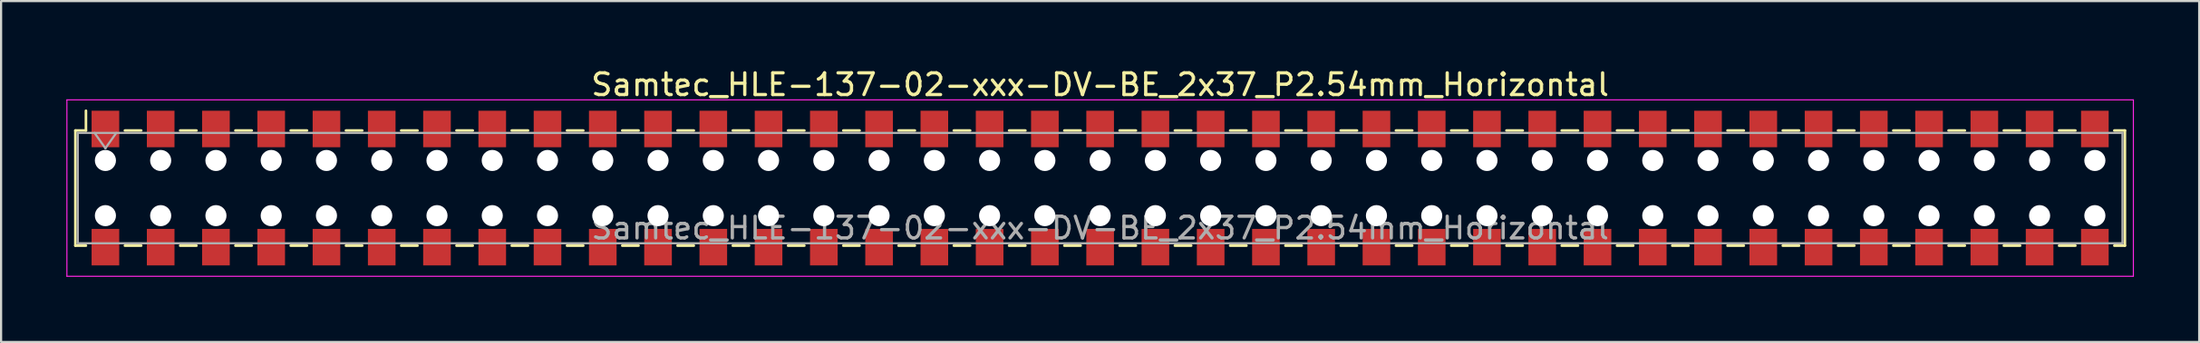
<source format=kicad_pcb>
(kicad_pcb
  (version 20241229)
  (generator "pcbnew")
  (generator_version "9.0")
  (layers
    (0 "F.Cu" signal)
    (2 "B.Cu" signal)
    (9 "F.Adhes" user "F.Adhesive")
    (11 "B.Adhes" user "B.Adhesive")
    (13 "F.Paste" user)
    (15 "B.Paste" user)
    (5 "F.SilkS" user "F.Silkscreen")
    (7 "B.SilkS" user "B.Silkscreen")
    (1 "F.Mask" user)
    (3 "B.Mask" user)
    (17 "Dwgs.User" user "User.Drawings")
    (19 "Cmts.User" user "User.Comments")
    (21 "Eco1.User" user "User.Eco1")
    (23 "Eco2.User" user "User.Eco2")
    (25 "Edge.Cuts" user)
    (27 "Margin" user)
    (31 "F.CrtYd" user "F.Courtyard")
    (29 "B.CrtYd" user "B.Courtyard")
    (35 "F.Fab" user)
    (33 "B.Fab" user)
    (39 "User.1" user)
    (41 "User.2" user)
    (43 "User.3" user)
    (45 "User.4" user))
  (footprint "Samtec_HLE-137-02-xxx-DV-BE_2x37_P2.54mm_Horizontal"
    (layer "F.Cu")
    (at 47.515 5.608)
    (property "Reference" "Samtec_HLE-137-02-xxx-DV-BE_2x37_P2.54mm_Horizontal" (at 0 -4.76 0) (layer "F.SilkS") (effects (font (size 1 1) (thickness 0.15))))
    (attr smd)
    (fp_line (start -47.1 -2.65) (end -47.1 2.65) (stroke (width 0.12) (type solid)) (layer "F.SilkS"))
    (fp_line (start -47.1 2.65) (end -46.615 2.65) (stroke (width 0.12) (type solid)) (layer "F.SilkS"))
    (fp_line (start -46.615 -3.56) (end -46.615 -2.65) (stroke (width 0.12) (type solid)) (layer "F.SilkS"))
    (fp_line (start -46.615 -2.65) (end -47.1 -2.65) (stroke (width 0.12) (type solid)) (layer "F.SilkS"))
    (fp_line (start -44.825 -2.65) (end -44.075 -2.65) (stroke (width 0.12) (type solid)) (layer "F.SilkS"))
    (fp_line (start -44.825 2.65) (end -44.075 2.65) (stroke (width 0.12) (type solid)) (layer "F.SilkS"))
    (fp_line (start -42.285 -2.65) (end -41.535 -2.65) (stroke (width 0.12) (type solid)) (layer "F.SilkS"))
    (fp_line (start -42.285 2.65) (end -41.535 2.65) (stroke (width 0.12) (type solid)) (layer "F.SilkS"))
    (fp_line (start -39.745 -2.65) (end -38.995 -2.65) (stroke (width 0.12) (type solid)) (layer "F.SilkS"))
    (fp_line (start -39.745 2.65) (end -38.995 2.65) (stroke (width 0.12) (type solid)) (layer "F.SilkS"))
    (fp_line (start -37.205 -2.65) (end -36.455 -2.65) (stroke (width 0.12) (type solid)) (layer "F.SilkS"))
    (fp_line (start -37.205 2.65) (end -36.455 2.65) (stroke (width 0.12) (type solid)) (layer "F.SilkS"))
    (fp_line (start -34.665 -2.65) (end -33.915 -2.65) (stroke (width 0.12) (type solid)) (layer "F.SilkS"))
    (fp_line (start -34.665 2.65) (end -33.915 2.65) (stroke (width 0.12) (type solid)) (layer "F.SilkS"))
    (fp_line (start -32.125 -2.65) (end -31.375 -2.65) (stroke (width 0.12) (type solid)) (layer "F.SilkS"))
    (fp_line (start -32.125 2.65) (end -31.375 2.65) (stroke (width 0.12) (type solid)) (layer "F.SilkS"))
    (fp_line (start -29.585 -2.65) (end -28.835 -2.65) (stroke (width 0.12) (type solid)) (layer "F.SilkS"))
    (fp_line (start -29.585 2.65) (end -28.835 2.65) (stroke (width 0.12) (type solid)) (layer "F.SilkS"))
    (fp_line (start -27.045 -2.65) (end -26.295 -2.65) (stroke (width 0.12) (type solid)) (layer "F.SilkS"))
    (fp_line (start -27.045 2.65) (end -26.295 2.65) (stroke (width 0.12) (type solid)) (layer "F.SilkS"))
    (fp_line (start -24.505 -2.65) (end -23.755 -2.65) (stroke (width 0.12) (type solid)) (layer "F.SilkS"))
    (fp_line (start -24.505 2.65) (end -23.755 2.65) (stroke (width 0.12) (type solid)) (layer "F.SilkS"))
    (fp_line (start -21.965 -2.65) (end -21.215 -2.65) (stroke (width 0.12) (type solid)) (layer "F.SilkS"))
    (fp_line (start -21.965 2.65) (end -21.215 2.65) (stroke (width 0.12) (type solid)) (layer "F.SilkS"))
    (fp_line (start -19.425 -2.65) (end -18.675 -2.65) (stroke (width 0.12) (type solid)) (layer "F.SilkS"))
    (fp_line (start -19.425 2.65) (end -18.675 2.65) (stroke (width 0.12) (type solid)) (layer "F.SilkS"))
    (fp_line (start -16.885 -2.65) (end -16.135 -2.65) (stroke (width 0.12) (type solid)) (layer "F.SilkS"))
    (fp_line (start -16.885 2.65) (end -16.135 2.65) (stroke (width 0.12) (type solid)) (layer "F.SilkS"))
    (fp_line (start -14.345 -2.65) (end -13.595 -2.65) (stroke (width 0.12) (type solid)) (layer "F.SilkS"))
    (fp_line (start -14.345 2.65) (end -13.595 2.65) (stroke (width 0.12) (type solid)) (layer "F.SilkS"))
    (fp_line (start -11.805 -2.65) (end -11.055 -2.65) (stroke (width 0.12) (type solid)) (layer "F.SilkS"))
    (fp_line (start -11.805 2.65) (end -11.055 2.65) (stroke (width 0.12) (type solid)) (layer "F.SilkS"))
    (fp_line (start -9.265 -2.65) (end -8.515 -2.65) (stroke (width 0.12) (type solid)) (layer "F.SilkS"))
    (fp_line (start -9.265 2.65) (end -8.515 2.65) (stroke (width 0.12) (type solid)) (layer "F.SilkS"))
    (fp_line (start -6.725 -2.65) (end -5.975 -2.65) (stroke (width 0.12) (type solid)) (layer "F.SilkS"))
    (fp_line (start -6.725 2.65) (end -5.975 2.65) (stroke (width 0.12) (type solid)) (layer "F.SilkS"))
    (fp_line (start -4.185 -2.65) (end -3.435 -2.65) (stroke (width 0.12) (type solid)) (layer "F.SilkS"))
    (fp_line (start -4.185 2.65) (end -3.435 2.65) (stroke (width 0.12) (type solid)) (layer "F.SilkS"))
    (fp_line (start -1.645 -2.65) (end -0.895 -2.65) (stroke (width 0.12) (type solid)) (layer "F.SilkS"))
    (fp_line (start -1.645 2.65) (end -0.895 2.65) (stroke (width 0.12) (type solid)) (layer "F.SilkS"))
    (fp_line (start 0.895 -2.65) (end 1.645 -2.65) (stroke (width 0.12) (type solid)) (layer "F.SilkS"))
    (fp_line (start 0.895 2.65) (end 1.645 2.65) (stroke (width 0.12) (type solid)) (layer "F.SilkS"))
    (fp_line (start 3.435 -2.65) (end 4.185 -2.65) (stroke (width 0.12) (type solid)) (layer "F.SilkS"))
    (fp_line (start 3.435 2.65) (end 4.185 2.65) (stroke (width 0.12) (type solid)) (layer "F.SilkS"))
    (fp_line (start 5.975 -2.65) (end 6.725 -2.65) (stroke (width 0.12) (type solid)) (layer "F.SilkS"))
    (fp_line (start 5.975 2.65) (end 6.725 2.65) (stroke (width 0.12) (type solid)) (layer "F.SilkS"))
    (fp_line (start 8.515 -2.65) (end 9.265 -2.65) (stroke (width 0.12) (type solid)) (layer "F.SilkS"))
    (fp_line (start 8.515 2.65) (end 9.265 2.65) (stroke (width 0.12) (type solid)) (layer "F.SilkS"))
    (fp_line (start 11.055 -2.65) (end 11.805 -2.65) (stroke (width 0.12) (type solid)) (layer "F.SilkS"))
    (fp_line (start 11.055 2.65) (end 11.805 2.65) (stroke (width 0.12) (type solid)) (layer "F.SilkS"))
    (fp_line (start 13.595 -2.65) (end 14.345 -2.65) (stroke (width 0.12) (type solid)) (layer "F.SilkS"))
    (fp_line (start 13.595 2.65) (end 14.345 2.65) (stroke (width 0.12) (type solid)) (layer "F.SilkS"))
    (fp_line (start 16.135 -2.65) (end 16.885 -2.65) (stroke (width 0.12) (type solid)) (layer "F.SilkS"))
    (fp_line (start 16.135 2.65) (end 16.885 2.65) (stroke (width 0.12) (type solid)) (layer "F.SilkS"))
    (fp_line (start 18.675 -2.65) (end 19.425 -2.65) (stroke (width 0.12) (type solid)) (layer "F.SilkS"))
    (fp_line (start 18.675 2.65) (end 19.425 2.65) (stroke (width 0.12) (type solid)) (layer "F.SilkS"))
    (fp_line (start 21.215 -2.65) (end 21.965 -2.65) (stroke (width 0.12) (type solid)) (layer "F.SilkS"))
    (fp_line (start 21.215 2.65) (end 21.965 2.65) (stroke (width 0.12) (type solid)) (layer "F.SilkS"))
    (fp_line (start 23.755 -2.65) (end 24.505 -2.65) (stroke (width 0.12) (type solid)) (layer "F.SilkS"))
    (fp_line (start 23.755 2.65) (end 24.505 2.65) (stroke (width 0.12) (type solid)) (layer "F.SilkS"))
    (fp_line (start 26.295 -2.65) (end 27.045 -2.65) (stroke (width 0.12) (type solid)) (layer "F.SilkS"))
    (fp_line (start 26.295 2.65) (end 27.045 2.65) (stroke (width 0.12) (type solid)) (layer "F.SilkS"))
    (fp_line (start 28.835 -2.65) (end 29.585 -2.65) (stroke (width 0.12) (type solid)) (layer "F.SilkS"))
    (fp_line (start 28.835 2.65) (end 29.585 2.65) (stroke (width 0.12) (type solid)) (layer "F.SilkS"))
    (fp_line (start 31.375 -2.65) (end 32.125 -2.65) (stroke (width 0.12) (type solid)) (layer "F.SilkS"))
    (fp_line (start 31.375 2.65) (end 32.125 2.65) (stroke (width 0.12) (type solid)) (layer "F.SilkS"))
    (fp_line (start 33.915 -2.65) (end 34.665 -2.65) (stroke (width 0.12) (type solid)) (layer "F.SilkS"))
    (fp_line (start 33.915 2.65) (end 34.665 2.65) (stroke (width 0.12) (type solid)) (layer "F.SilkS"))
    (fp_line (start 36.455 -2.65) (end 37.205 -2.65) (stroke (width 0.12) (type solid)) (layer "F.SilkS"))
    (fp_line (start 36.455 2.65) (end 37.205 2.65) (stroke (width 0.12) (type solid)) (layer "F.SilkS"))
    (fp_line (start 38.995 -2.65) (end 39.745 -2.65) (stroke (width 0.12) (type solid)) (layer "F.SilkS"))
    (fp_line (start 38.995 2.65) (end 39.745 2.65) (stroke (width 0.12) (type solid)) (layer "F.SilkS"))
    (fp_line (start 41.535 -2.65) (end 42.285 -2.65) (stroke (width 0.12) (type solid)) (layer "F.SilkS"))
    (fp_line (start 41.535 2.65) (end 42.285 2.65) (stroke (width 0.12) (type solid)) (layer "F.SilkS"))
    (fp_line (start 44.075 -2.65) (end 44.825 -2.65) (stroke (width 0.12) (type solid)) (layer "F.SilkS"))
    (fp_line (start 44.075 2.65) (end 44.825 2.65) (stroke (width 0.12) (type solid)) (layer "F.SilkS"))
    (fp_line (start 46.615 -2.65) (end 47.1 -2.65) (stroke (width 0.12) (type solid)) (layer "F.SilkS"))
    (fp_line (start 47.1 -2.65) (end 47.1 2.65) (stroke (width 0.12) (type solid)) (layer "F.SilkS"))
    (fp_line (start 47.1 2.65) (end 46.615 2.65) (stroke (width 0.12) (type solid)) (layer "F.SilkS"))
    (fp_line (start -47.49 -4.06) (end 47.49 -4.06) (stroke (width 0.05) (type solid)) (layer "F.CrtYd"))
    (fp_line (start -47.49 4.06) (end -47.49 -4.06) (stroke (width 0.05) (type solid)) (layer "F.CrtYd"))
    (fp_line (start 47.49 -4.06) (end 47.49 4.06) (stroke (width 0.05) (type solid)) (layer "F.CrtYd"))
    (fp_line (start 47.49 4.06) (end -47.49 4.06) (stroke (width 0.05) (type solid)) (layer "F.CrtYd"))
    (fp_line (start -46.99 -2.54) (end 46.99 -2.54) (stroke (width 0.1) (type solid)) (layer "F.Fab"))
    (fp_line (start -46.99 2.54) (end -46.99 -2.54) (stroke (width 0.1) (type solid)) (layer "F.Fab"))
    (fp_line (start -46.22 -2.54) (end -45.72 -1.833) (stroke (width 0.1) (type solid)) (layer "F.Fab"))
    (fp_line (start -45.72 -1.833) (end -45.22 -2.54) (stroke (width 0.1) (type solid)) (layer "F.Fab"))
    (fp_line (start 46.99 -2.54) (end 46.99 2.54) (stroke (width 0.1) (type solid)) (layer "F.Fab"))
    (fp_line (start 46.99 2.54) (end -46.99 2.54) (stroke (width 0.1) (type solid)) (layer "F.Fab"))
    (fp_text user "${REFERENCE}" (at 0 1.84 0) (layer "F.Fab") (effects (font (size 1 1) (thickness 0.15))))
    (pad "" np_thru_hole circle (at -45.72 -1.27) (size 0.97 0.97) (drill 0.97) (layers "*.Cu" "*.Mask"))
    (pad "" np_thru_hole circle (at -45.72 1.27) (size 0.97 0.97) (drill 0.97) (layers "*.Cu" "*.Mask"))
    (pad "" np_thru_hole circle (at -43.18 -1.27) (size 0.97 0.97) (drill 0.97) (layers "*.Cu" "*.Mask"))
    (pad "" np_thru_hole circle (at -43.18 1.27) (size 0.97 0.97) (drill 0.97) (layers "*.Cu" "*.Mask"))
    (pad "" np_thru_hole circle (at -40.64 -1.27) (size 0.97 0.97) (drill 0.97) (layers "*.Cu" "*.Mask"))
    (pad "" np_thru_hole circle (at -40.64 1.27) (size 0.97 0.97) (drill 0.97) (layers "*.Cu" "*.Mask"))
    (pad "" np_thru_hole circle (at -38.1 -1.27) (size 0.97 0.97) (drill 0.97) (layers "*.Cu" "*.Mask"))
    (pad "" np_thru_hole circle (at -38.1 1.27) (size 0.97 0.97) (drill 0.97) (layers "*.Cu" "*.Mask"))
    (pad "" np_thru_hole circle (at -35.56 -1.27) (size 0.97 0.97) (drill 0.97) (layers "*.Cu" "*.Mask"))
    (pad "" np_thru_hole circle (at -35.56 1.27) (size 0.97 0.97) (drill 0.97) (layers "*.Cu" "*.Mask"))
    (pad "" np_thru_hole circle (at -33.02 -1.27) (size 0.97 0.97) (drill 0.97) (layers "*.Cu" "*.Mask"))
    (pad "" np_thru_hole circle (at -33.02 1.27) (size 0.97 0.97) (drill 0.97) (layers "*.Cu" "*.Mask"))
    (pad "" np_thru_hole circle (at -30.48 -1.27) (size 0.97 0.97) (drill 0.97) (layers "*.Cu" "*.Mask"))
    (pad "" np_thru_hole circle (at -30.48 1.27) (size 0.97 0.97) (drill 0.97) (layers "*.Cu" "*.Mask"))
    (pad "" np_thru_hole circle (at -27.94 -1.27) (size 0.97 0.97) (drill 0.97) (layers "*.Cu" "*.Mask"))
    (pad "" np_thru_hole circle (at -27.94 1.27) (size 0.97 0.97) (drill 0.97) (layers "*.Cu" "*.Mask"))
    (pad "" np_thru_hole circle (at -25.4 -1.27) (size 0.97 0.97) (drill 0.97) (layers "*.Cu" "*.Mask"))
    (pad "" np_thru_hole circle (at -25.4 1.27) (size 0.97 0.97) (drill 0.97) (layers "*.Cu" "*.Mask"))
    (pad "" np_thru_hole circle (at -22.86 -1.27) (size 0.97 0.97) (drill 0.97) (layers "*.Cu" "*.Mask"))
    (pad "" np_thru_hole circle (at -22.86 1.27) (size 0.97 0.97) (drill 0.97) (layers "*.Cu" "*.Mask"))
    (pad "" np_thru_hole circle (at -20.32 -1.27) (size 0.97 0.97) (drill 0.97) (layers "*.Cu" "*.Mask"))
    (pad "" np_thru_hole circle (at -20.32 1.27) (size 0.97 0.97) (drill 0.97) (layers "*.Cu" "*.Mask"))
    (pad "" np_thru_hole circle (at -17.78 -1.27) (size 0.97 0.97) (drill 0.97) (layers "*.Cu" "*.Mask"))
    (pad "" np_thru_hole circle (at -17.78 1.27) (size 0.97 0.97) (drill 0.97) (layers "*.Cu" "*.Mask"))
    (pad "" np_thru_hole circle (at -15.24 -1.27) (size 0.97 0.97) (drill 0.97) (layers "*.Cu" "*.Mask"))
    (pad "" np_thru_hole circle (at -15.24 1.27) (size 0.97 0.97) (drill 0.97) (layers "*.Cu" "*.Mask"))
    (pad "" np_thru_hole circle (at -12.7 -1.27) (size 0.97 0.97) (drill 0.97) (layers "*.Cu" "*.Mask"))
    (pad "" np_thru_hole circle (at -12.7 1.27) (size 0.97 0.97) (drill 0.97) (layers "*.Cu" "*.Mask"))
    (pad "" np_thru_hole circle (at -10.16 -1.27) (size 0.97 0.97) (drill 0.97) (layers "*.Cu" "*.Mask"))
    (pad "" np_thru_hole circle (at -10.16 1.27) (size 0.97 0.97) (drill 0.97) (layers "*.Cu" "*.Mask"))
    (pad "" np_thru_hole circle (at -7.62 -1.27) (size 0.97 0.97) (drill 0.97) (layers "*.Cu" "*.Mask"))
    (pad "" np_thru_hole circle (at -7.62 1.27) (size 0.97 0.97) (drill 0.97) (layers "*.Cu" "*.Mask"))
    (pad "" np_thru_hole circle (at -5.08 -1.27) (size 0.97 0.97) (drill 0.97) (layers "*.Cu" "*.Mask"))
    (pad "" np_thru_hole circle (at -5.08 1.27) (size 0.97 0.97) (drill 0.97) (layers "*.Cu" "*.Mask"))
    (pad "" np_thru_hole circle (at -2.54 -1.27) (size 0.97 0.97) (drill 0.97) (layers "*.Cu" "*.Mask"))
    (pad "" np_thru_hole circle (at -2.54 1.27) (size 0.97 0.97) (drill 0.97) (layers "*.Cu" "*.Mask"))
    (pad "" np_thru_hole circle (at 0 -1.27) (size 0.97 0.97) (drill 0.97) (layers "*.Cu" "*.Mask"))
    (pad "" np_thru_hole circle (at 0 1.27) (size 0.97 0.97) (drill 0.97) (layers "*.Cu" "*.Mask"))
    (pad "" np_thru_hole circle (at 2.54 -1.27) (size 0.97 0.97) (drill 0.97) (layers "*.Cu" "*.Mask"))
    (pad "" np_thru_hole circle (at 2.54 1.27) (size 0.97 0.97) (drill 0.97) (layers "*.Cu" "*.Mask"))
    (pad "" np_thru_hole circle (at 5.08 -1.27) (size 0.97 0.97) (drill 0.97) (layers "*.Cu" "*.Mask"))
    (pad "" np_thru_hole circle (at 5.08 1.27) (size 0.97 0.97) (drill 0.97) (layers "*.Cu" "*.Mask"))
    (pad "" np_thru_hole circle (at 7.62 -1.27) (size 0.97 0.97) (drill 0.97) (layers "*.Cu" "*.Mask"))
    (pad "" np_thru_hole circle (at 7.62 1.27) (size 0.97 0.97) (drill 0.97) (layers "*.Cu" "*.Mask"))
    (pad "" np_thru_hole circle (at 10.16 -1.27) (size 0.97 0.97) (drill 0.97) (layers "*.Cu" "*.Mask"))
    (pad "" np_thru_hole circle (at 10.16 1.27) (size 0.97 0.97) (drill 0.97) (layers "*.Cu" "*.Mask"))
    (pad "" np_thru_hole circle (at 12.7 -1.27) (size 0.97 0.97) (drill 0.97) (layers "*.Cu" "*.Mask"))
    (pad "" np_thru_hole circle (at 12.7 1.27) (size 0.97 0.97) (drill 0.97) (layers "*.Cu" "*.Mask"))
    (pad "" np_thru_hole circle (at 15.24 -1.27) (size 0.97 0.97) (drill 0.97) (layers "*.Cu" "*.Mask"))
    (pad "" np_thru_hole circle (at 15.24 1.27) (size 0.97 0.97) (drill 0.97) (layers "*.Cu" "*.Mask"))
    (pad "" np_thru_hole circle (at 17.78 -1.27) (size 0.97 0.97) (drill 0.97) (layers "*.Cu" "*.Mask"))
    (pad "" np_thru_hole circle (at 17.78 1.27) (size 0.97 0.97) (drill 0.97) (layers "*.Cu" "*.Mask"))
    (pad "" np_thru_hole circle (at 20.32 -1.27) (size 0.97 0.97) (drill 0.97) (layers "*.Cu" "*.Mask"))
    (pad "" np_thru_hole circle (at 20.32 1.27) (size 0.97 0.97) (drill 0.97) (layers "*.Cu" "*.Mask"))
    (pad "" np_thru_hole circle (at 22.86 -1.27) (size 0.97 0.97) (drill 0.97) (layers "*.Cu" "*.Mask"))
    (pad "" np_thru_hole circle (at 22.86 1.27) (size 0.97 0.97) (drill 0.97) (layers "*.Cu" "*.Mask"))
    (pad "" np_thru_hole circle (at 25.4 -1.27) (size 0.97 0.97) (drill 0.97) (layers "*.Cu" "*.Mask"))
    (pad "" np_thru_hole circle (at 25.4 1.27) (size 0.97 0.97) (drill 0.97) (layers "*.Cu" "*.Mask"))
    (pad "" np_thru_hole circle (at 27.94 -1.27) (size 0.97 0.97) (drill 0.97) (layers "*.Cu" "*.Mask"))
    (pad "" np_thru_hole circle (at 27.94 1.27) (size 0.97 0.97) (drill 0.97) (layers "*.Cu" "*.Mask"))
    (pad "" np_thru_hole circle (at 30.48 -1.27) (size 0.97 0.97) (drill 0.97) (layers "*.Cu" "*.Mask"))
    (pad "" np_thru_hole circle (at 30.48 1.27) (size 0.97 0.97) (drill 0.97) (layers "*.Cu" "*.Mask"))
    (pad "" np_thru_hole circle (at 33.02 -1.27) (size 0.97 0.97) (drill 0.97) (layers "*.Cu" "*.Mask"))
    (pad "" np_thru_hole circle (at 33.02 1.27) (size 0.97 0.97) (drill 0.97) (layers "*.Cu" "*.Mask"))
    (pad "" np_thru_hole circle (at 35.56 -1.27) (size 0.97 0.97) (drill 0.97) (layers "*.Cu" "*.Mask"))
    (pad "" np_thru_hole circle (at 35.56 1.27) (size 0.97 0.97) (drill 0.97) (layers "*.Cu" "*.Mask"))
    (pad "" np_thru_hole circle (at 38.1 -1.27) (size 0.97 0.97) (drill 0.97) (layers "*.Cu" "*.Mask"))
    (pad "" np_thru_hole circle (at 38.1 1.27) (size 0.97 0.97) (drill 0.97) (layers "*.Cu" "*.Mask"))
    (pad "" np_thru_hole circle (at 40.64 -1.27) (size 0.97 0.97) (drill 0.97) (layers "*.Cu" "*.Mask"))
    (pad "" np_thru_hole circle (at 40.64 1.27) (size 0.97 0.97) (drill 0.97) (layers "*.Cu" "*.Mask"))
    (pad "" np_thru_hole circle (at 43.18 -1.27) (size 0.97 0.97) (drill 0.97) (layers "*.Cu" "*.Mask"))
    (pad "" np_thru_hole circle (at 43.18 1.27) (size 0.97 0.97) (drill 0.97) (layers "*.Cu" "*.Mask"))
    (pad "" np_thru_hole circle (at 45.72 -1.27) (size 0.97 0.97) (drill 0.97) (layers "*.Cu" "*.Mask"))
    (pad "" np_thru_hole circle (at 45.72 1.27) (size 0.97 0.97) (drill 0.97) (layers "*.Cu" "*.Mask"))
    (pad "1" smd rect (at -45.72 -2.72) (size 1.27 1.68) (layers "F.Cu" "F.Mask" "F.Paste"))
    (pad "2" smd rect (at -45.72 2.72) (size 1.27 1.68) (layers "F.Cu" "F.Mask" "F.Paste"))
    (pad "3" smd rect (at -43.18 -2.72) (size 1.27 1.68) (layers "F.Cu" "F.Mask" "F.Paste"))
    (pad "4" smd rect (at -43.18 2.72) (size 1.27 1.68) (layers "F.Cu" "F.Mask" "F.Paste"))
    (pad "5" smd rect (at -40.64 -2.72) (size 1.27 1.68) (layers "F.Cu" "F.Mask" "F.Paste"))
    (pad "6" smd rect (at -40.64 2.72) (size 1.27 1.68) (layers "F.Cu" "F.Mask" "F.Paste"))
    (pad "7" smd rect (at -38.1 -2.72) (size 1.27 1.68) (layers "F.Cu" "F.Mask" "F.Paste"))
    (pad "8" smd rect (at -38.1 2.72) (size 1.27 1.68) (layers "F.Cu" "F.Mask" "F.Paste"))
    (pad "9" smd rect (at -35.56 -2.72) (size 1.27 1.68) (layers "F.Cu" "F.Mask" "F.Paste"))
    (pad "10" smd rect (at -35.56 2.72) (size 1.27 1.68) (layers "F.Cu" "F.Mask" "F.Paste"))
    (pad "11" smd rect (at -33.02 -2.72) (size 1.27 1.68) (layers "F.Cu" "F.Mask" "F.Paste"))
    (pad "12" smd rect (at -33.02 2.72) (size 1.27 1.68) (layers "F.Cu" "F.Mask" "F.Paste"))
    (pad "13" smd rect (at -30.48 -2.72) (size 1.27 1.68) (layers "F.Cu" "F.Mask" "F.Paste"))
    (pad "14" smd rect (at -30.48 2.72) (size 1.27 1.68) (layers "F.Cu" "F.Mask" "F.Paste"))
    (pad "15" smd rect (at -27.94 -2.72) (size 1.27 1.68) (layers "F.Cu" "F.Mask" "F.Paste"))
    (pad "16" smd rect (at -27.94 2.72) (size 1.27 1.68) (layers "F.Cu" "F.Mask" "F.Paste"))
    (pad "17" smd rect (at -25.4 -2.72) (size 1.27 1.68) (layers "F.Cu" "F.Mask" "F.Paste"))
    (pad "18" smd rect (at -25.4 2.72) (size 1.27 1.68) (layers "F.Cu" "F.Mask" "F.Paste"))
    (pad "19" smd rect (at -22.86 -2.72) (size 1.27 1.68) (layers "F.Cu" "F.Mask" "F.Paste"))
    (pad "20" smd rect (at -22.86 2.72) (size 1.27 1.68) (layers "F.Cu" "F.Mask" "F.Paste"))
    (pad "21" smd rect (at -20.32 -2.72) (size 1.27 1.68) (layers "F.Cu" "F.Mask" "F.Paste"))
    (pad "22" smd rect (at -20.32 2.72) (size 1.27 1.68) (layers "F.Cu" "F.Mask" "F.Paste"))
    (pad "23" smd rect (at -17.78 -2.72) (size 1.27 1.68) (layers "F.Cu" "F.Mask" "F.Paste"))
    (pad "24" smd rect (at -17.78 2.72) (size 1.27 1.68) (layers "F.Cu" "F.Mask" "F.Paste"))
    (pad "25" smd rect (at -15.24 -2.72) (size 1.27 1.68) (layers "F.Cu" "F.Mask" "F.Paste"))
    (pad "26" smd rect (at -15.24 2.72) (size 1.27 1.68) (layers "F.Cu" "F.Mask" "F.Paste"))
    (pad "27" smd rect (at -12.7 -2.72) (size 1.27 1.68) (layers "F.Cu" "F.Mask" "F.Paste"))
    (pad "28" smd rect (at -12.7 2.72) (size 1.27 1.68) (layers "F.Cu" "F.Mask" "F.Paste"))
    (pad "29" smd rect (at -10.16 -2.72) (size 1.27 1.68) (layers "F.Cu" "F.Mask" "F.Paste"))
    (pad "30" smd rect (at -10.16 2.72) (size 1.27 1.68) (layers "F.Cu" "F.Mask" "F.Paste"))
    (pad "31" smd rect (at -7.62 -2.72) (size 1.27 1.68) (layers "F.Cu" "F.Mask" "F.Paste"))
    (pad "32" smd rect (at -7.62 2.72) (size 1.27 1.68) (layers "F.Cu" "F.Mask" "F.Paste"))
    (pad "33" smd rect (at -5.08 -2.72) (size 1.27 1.68) (layers "F.Cu" "F.Mask" "F.Paste"))
    (pad "34" smd rect (at -5.08 2.72) (size 1.27 1.68) (layers "F.Cu" "F.Mask" "F.Paste"))
    (pad "35" smd rect (at -2.54 -2.72) (size 1.27 1.68) (layers "F.Cu" "F.Mask" "F.Paste"))
    (pad "36" smd rect (at -2.54 2.72) (size 1.27 1.68) (layers "F.Cu" "F.Mask" "F.Paste"))
    (pad "37" smd rect (at 0 -2.72) (size 1.27 1.68) (layers "F.Cu" "F.Mask" "F.Paste"))
    (pad "38" smd rect (at 0 2.72) (size 1.27 1.68) (layers "F.Cu" "F.Mask" "F.Paste"))
    (pad "39" smd rect (at 2.54 -2.72) (size 1.27 1.68) (layers "F.Cu" "F.Mask" "F.Paste"))
    (pad "40" smd rect (at 2.54 2.72) (size 1.27 1.68) (layers "F.Cu" "F.Mask" "F.Paste"))
    (pad "41" smd rect (at 5.08 -2.72) (size 1.27 1.68) (layers "F.Cu" "F.Mask" "F.Paste"))
    (pad "42" smd rect (at 5.08 2.72) (size 1.27 1.68) (layers "F.Cu" "F.Mask" "F.Paste"))
    (pad "43" smd rect (at 7.62 -2.72) (size 1.27 1.68) (layers "F.Cu" "F.Mask" "F.Paste"))
    (pad "44" smd rect (at 7.62 2.72) (size 1.27 1.68) (layers "F.Cu" "F.Mask" "F.Paste"))
    (pad "45" smd rect (at 10.16 -2.72) (size 1.27 1.68) (layers "F.Cu" "F.Mask" "F.Paste"))
    (pad "46" smd rect (at 10.16 2.72) (size 1.27 1.68) (layers "F.Cu" "F.Mask" "F.Paste"))
    (pad "47" smd rect (at 12.7 -2.72) (size 1.27 1.68) (layers "F.Cu" "F.Mask" "F.Paste"))
    (pad "48" smd rect (at 12.7 2.72) (size 1.27 1.68) (layers "F.Cu" "F.Mask" "F.Paste"))
    (pad "49" smd rect (at 15.24 -2.72) (size 1.27 1.68) (layers "F.Cu" "F.Mask" "F.Paste"))
    (pad "50" smd rect (at 15.24 2.72) (size 1.27 1.68) (layers "F.Cu" "F.Mask" "F.Paste"))
    (pad "51" smd rect (at 17.78 -2.72) (size 1.27 1.68) (layers "F.Cu" "F.Mask" "F.Paste"))
    (pad "52" smd rect (at 17.78 2.72) (size 1.27 1.68) (layers "F.Cu" "F.Mask" "F.Paste"))
    (pad "53" smd rect (at 20.32 -2.72) (size 1.27 1.68) (layers "F.Cu" "F.Mask" "F.Paste"))
    (pad "54" smd rect (at 20.32 2.72) (size 1.27 1.68) (layers "F.Cu" "F.Mask" "F.Paste"))
    (pad "55" smd rect (at 22.86 -2.72) (size 1.27 1.68) (layers "F.Cu" "F.Mask" "F.Paste"))
    (pad "56" smd rect (at 22.86 2.72) (size 1.27 1.68) (layers "F.Cu" "F.Mask" "F.Paste"))
    (pad "57" smd rect (at 25.4 -2.72) (size 1.27 1.68) (layers "F.Cu" "F.Mask" "F.Paste"))
    (pad "58" smd rect (at 25.4 2.72) (size 1.27 1.68) (layers "F.Cu" "F.Mask" "F.Paste"))
    (pad "59" smd rect (at 27.94 -2.72) (size 1.27 1.68) (layers "F.Cu" "F.Mask" "F.Paste"))
    (pad "60" smd rect (at 27.94 2.72) (size 1.27 1.68) (layers "F.Cu" "F.Mask" "F.Paste"))
    (pad "61" smd rect (at 30.48 -2.72) (size 1.27 1.68) (layers "F.Cu" "F.Mask" "F.Paste"))
    (pad "62" smd rect (at 30.48 2.72) (size 1.27 1.68) (layers "F.Cu" "F.Mask" "F.Paste"))
    (pad "63" smd rect (at 33.02 -2.72) (size 1.27 1.68) (layers "F.Cu" "F.Mask" "F.Paste"))
    (pad "64" smd rect (at 33.02 2.72) (size 1.27 1.68) (layers "F.Cu" "F.Mask" "F.Paste"))
    (pad "65" smd rect (at 35.56 -2.72) (size 1.27 1.68) (layers "F.Cu" "F.Mask" "F.Paste"))
    (pad "66" smd rect (at 35.56 2.72) (size 1.27 1.68) (layers "F.Cu" "F.Mask" "F.Paste"))
    (pad "67" smd rect (at 38.1 -2.72) (size 1.27 1.68) (layers "F.Cu" "F.Mask" "F.Paste"))
    (pad "68" smd rect (at 38.1 2.72) (size 1.27 1.68) (layers "F.Cu" "F.Mask" "F.Paste"))
    (pad "69" smd rect (at 40.64 -2.72) (size 1.27 1.68) (layers "F.Cu" "F.Mask" "F.Paste"))
    (pad "70" smd rect (at 40.64 2.72) (size 1.27 1.68) (layers "F.Cu" "F.Mask" "F.Paste"))
    (pad "71" smd rect (at 43.18 -2.72) (size 1.27 1.68) (layers "F.Cu" "F.Mask" "F.Paste"))
    (pad "72" smd rect (at 43.18 2.72) (size 1.27 1.68) (layers "F.Cu" "F.Mask" "F.Paste"))
    (pad "73" smd rect (at 45.72 -2.72) (size 1.27 1.68) (layers "F.Cu" "F.Mask" "F.Paste"))
    (pad "74" smd rect (at 45.72 2.72) (size 1.27 1.68) (layers "F.Cu" "F.Mask" "F.Paste")))
  (gr_rect
    (start -3 -3)
    (end 98.03 12.693)
    (stroke (width 0.1) (type default))
    (fill no)
    (layer "Edge.Cuts")))
</source>
